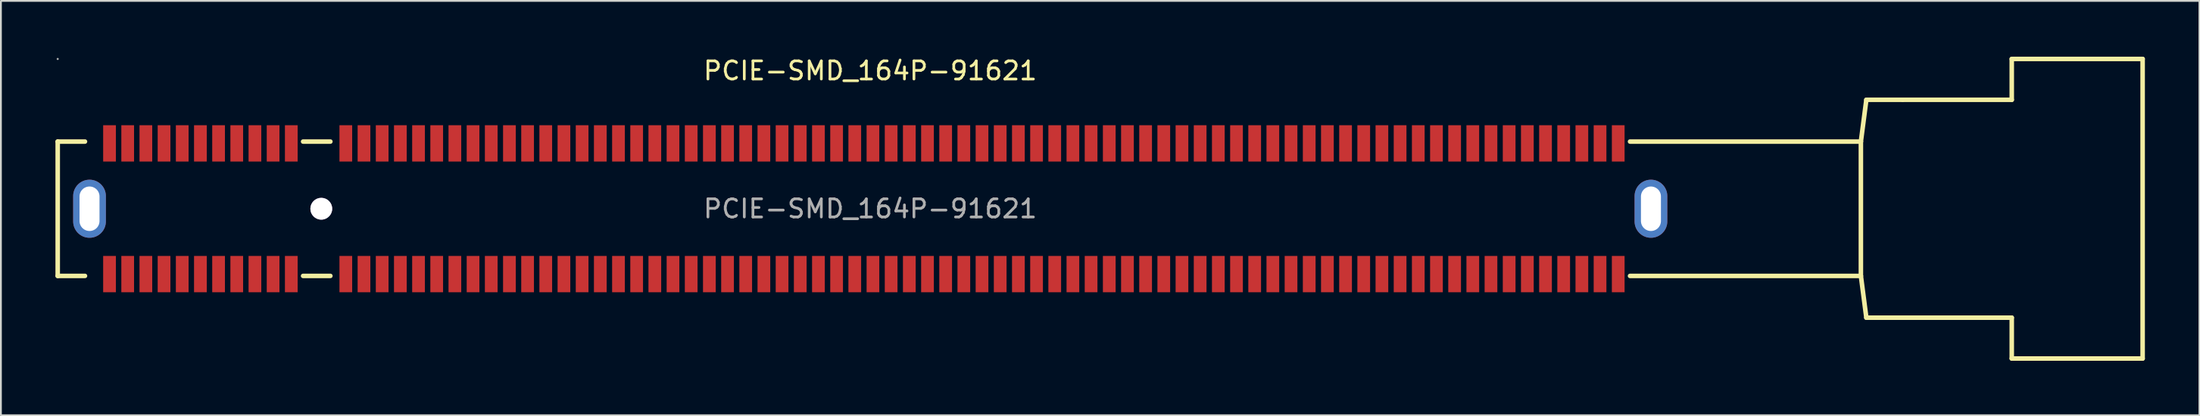
<source format=kicad_pcb>
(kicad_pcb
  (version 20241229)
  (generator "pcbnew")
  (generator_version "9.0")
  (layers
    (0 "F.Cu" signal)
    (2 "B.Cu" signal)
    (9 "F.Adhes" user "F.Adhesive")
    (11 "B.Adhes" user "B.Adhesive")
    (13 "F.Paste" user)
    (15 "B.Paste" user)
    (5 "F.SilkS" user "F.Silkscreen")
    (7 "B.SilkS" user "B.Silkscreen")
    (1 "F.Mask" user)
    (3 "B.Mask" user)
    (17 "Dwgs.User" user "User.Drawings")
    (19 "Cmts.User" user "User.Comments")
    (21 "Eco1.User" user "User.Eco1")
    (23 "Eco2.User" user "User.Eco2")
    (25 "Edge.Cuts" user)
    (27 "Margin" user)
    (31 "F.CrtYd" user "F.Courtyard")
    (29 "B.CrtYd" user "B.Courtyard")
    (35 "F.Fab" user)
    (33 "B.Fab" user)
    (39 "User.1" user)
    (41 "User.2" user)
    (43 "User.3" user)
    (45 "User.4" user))
  (footprint "PCIE-SMD_164P-91621"
    (layer "F.Cu")
    (at 44.825 8.448)
    (property "Reference" "PCIE-SMD_164P-91621" (at 0 -7.6 0) (layer "F.SilkS") (effects (font (size 1 1) (thickness 0.15))))
    (attr smd)
    (fp_line (start -44.7 -3.7) (end -44.7 3.7) (stroke (width 0.25) (type solid)) (layer "F.SilkS"))
    (fp_line (start -44.7 -3.7) (end -43.2 -3.7) (stroke (width 0.25) (type solid)) (layer "F.SilkS"))
    (fp_line (start -44.7 3.7) (end -43.2 3.7) (stroke (width 0.25) (type solid)) (layer "F.SilkS"))
    (fp_line (start -31.2 -3.7) (end -29.7 -3.7) (stroke (width 0.25) (type solid)) (layer "F.SilkS"))
    (fp_line (start -31.2 3.7) (end -29.7 3.7) (stroke (width 0.25) (type solid)) (layer "F.SilkS"))
    (fp_line (start 54.5 -3.7) (end 41.8 -3.7) (stroke (width 0.25) (type solid)) (layer "F.SilkS"))
    (fp_line (start 54.5 -3.7) (end 54.5 3.7) (stroke (width 0.25) (type solid)) (layer "F.SilkS"))
    (fp_line (start 54.5 3.7) (end 41.8 3.7) (stroke (width 0.25) (type solid)) (layer "F.SilkS"))
    (fp_line (start 54.8 -6) (end 54.5 -3.7) (stroke (width 0.25) (type solid)) (layer "F.SilkS"))
    (fp_line (start 54.8 6) (end 54.5 3.7) (stroke (width 0.25) (type solid)) (layer "F.SilkS"))
    (fp_line (start 56.8 -6) (end 54.8 -6) (stroke (width 0.25) (type solid)) (layer "F.SilkS"))
    (fp_line (start 62.8 -8.25) (end 62.8 -6) (stroke (width 0.25) (type solid)) (layer "F.SilkS"))
    (fp_line (start 62.8 -6) (end 56.8 -6) (stroke (width 0.25) (type solid)) (layer "F.SilkS"))
    (fp_line (start 62.8 6) (end 54.8 6) (stroke (width 0.25) (type solid)) (layer "F.SilkS"))
    (fp_line (start 62.8 8.25) (end 62.8 6) (stroke (width 0.25) (type solid)) (layer "F.SilkS"))
    (fp_line (start 70 -8.25) (end 62.8 -8.25) (stroke (width 0.25) (type solid)) (layer "F.SilkS"))
    (fp_line (start 70 -8.25) (end 70 8.25) (stroke (width 0.25) (type solid)) (layer "F.SilkS"))
    (fp_line (start 70 8.25) (end 62.8 8.25) (stroke (width 0.25) (type solid)) (layer "F.SilkS"))
    (fp_circle (center -30.2 0) (end -29.93 0) (stroke (width 0.54) (type solid)) (fill no) (layer "Cmts.User"))
    (fp_circle (center -44.7 -8.25) (end -44.67 -8.25) (stroke (width 0.06) (type solid)) (fill no) (layer "F.Fab"))
    (fp_text user "${REFERENCE}" (at 0 0 0) (layer "F.Fab") (effects (font (size 1 1) (thickness 0.15))))
    (pad "" thru_hole circle (at -30.2 0) (size 1.2 1.2) (drill 1.2) (layers "*.Cu" "*.Mask"))
    (pad "A1" smd rect (at -41.85 -3.6) (size 0.7 2) (layers "F.Cu" "F.Mask" "F.Paste"))
    (pad "A2" smd rect (at -40.85 -3.6) (size 0.7 2) (layers "F.Cu" "F.Mask" "F.Paste"))
    (pad "A3" smd rect (at -39.85 -3.6) (size 0.7 2) (layers "F.Cu" "F.Mask" "F.Paste"))
    (pad "A4" smd rect (at -38.85 -3.6) (size 0.7 2) (layers "F.Cu" "F.Mask" "F.Paste"))
    (pad "A5" smd rect (at -37.85 -3.6) (size 0.7 2) (layers "F.Cu" "F.Mask" "F.Paste"))
    (pad "A6" smd rect (at -36.85 -3.6) (size 0.7 2) (layers "F.Cu" "F.Mask" "F.Paste"))
    (pad "A7" smd rect (at -35.85 -3.6) (size 0.7 2) (layers "F.Cu" "F.Mask" "F.Paste"))
    (pad "A8" smd rect (at -34.85 -3.6) (size 0.7 2) (layers "F.Cu" "F.Mask" "F.Paste"))
    (pad "A9" smd rect (at -33.85 -3.6) (size 0.7 2) (layers "F.Cu" "F.Mask" "F.Paste"))
    (pad "A10" smd rect (at -32.85 -3.6) (size 0.7 2) (layers "F.Cu" "F.Mask" "F.Paste"))
    (pad "A11" smd rect (at -31.85 -3.6) (size 0.7 2) (layers "F.Cu" "F.Mask" "F.Paste"))
    (pad "A12" smd rect (at -28.85 -3.6) (size 0.7 2) (layers "F.Cu" "F.Mask" "F.Paste"))
    (pad "A13" smd rect (at -27.85 -3.6) (size 0.7 2) (layers "F.Cu" "F.Mask" "F.Paste"))
    (pad "A14" smd rect (at -26.85 -3.6) (size 0.7 2) (layers "F.Cu" "F.Mask" "F.Paste"))
    (pad "A15" smd rect (at -25.85 -3.6) (size 0.7 2) (layers "F.Cu" "F.Mask" "F.Paste"))
    (pad "A16" smd rect (at -24.85 -3.6) (size 0.7 2) (layers "F.Cu" "F.Mask" "F.Paste"))
    (pad "A17" smd rect (at -23.85 -3.6) (size 0.7 2) (layers "F.Cu" "F.Mask" "F.Paste"))
    (pad "A18" smd rect (at -22.85 -3.6) (size 0.7 2) (layers "F.Cu" "F.Mask" "F.Paste"))
    (pad "A19" smd rect (at -21.85 -3.6) (size 0.7 2) (layers "F.Cu" "F.Mask" "F.Paste"))
    (pad "A20" smd rect (at -20.85 -3.6) (size 0.7 2) (layers "F.Cu" "F.Mask" "F.Paste"))
    (pad "A21" smd rect (at -19.85 -3.6) (size 0.7 2) (layers "F.Cu" "F.Mask" "F.Paste"))
    (pad "A22" smd rect (at -18.85 -3.6) (size 0.7 2) (layers "F.Cu" "F.Mask" "F.Paste"))
    (pad "A23" smd rect (at -17.85 -3.6) (size 0.7 2) (layers "F.Cu" "F.Mask" "F.Paste"))
    (pad "A24" smd rect (at -16.85 -3.6) (size 0.7 2) (layers "F.Cu" "F.Mask" "F.Paste"))
    (pad "A25" smd rect (at -15.85 -3.6) (size 0.7 2) (layers "F.Cu" "F.Mask" "F.Paste"))
    (pad "A26" smd rect (at -14.85 -3.6) (size 0.7 2) (layers "F.Cu" "F.Mask" "F.Paste"))
    (pad "A27" smd rect (at -13.85 -3.6) (size 0.7 2) (layers "F.Cu" "F.Mask" "F.Paste"))
    (pad "A28" smd rect (at -12.85 -3.6) (size 0.7 2) (layers "F.Cu" "F.Mask" "F.Paste"))
    (pad "A29" smd rect (at -11.85 -3.6) (size 0.7 2) (layers "F.Cu" "F.Mask" "F.Paste"))
    (pad "A30" smd rect (at -10.85 -3.6) (size 0.7 2) (layers "F.Cu" "F.Mask" "F.Paste"))
    (pad "A31" smd rect (at -9.85 -3.6) (size 0.7 2) (layers "F.Cu" "F.Mask" "F.Paste"))
    (pad "A32" smd rect (at -8.85 -3.6) (size 0.7 2) (layers "F.Cu" "F.Mask" "F.Paste"))
    (pad "A33" smd rect (at -7.85 -3.6) (size 0.7 2) (layers "F.Cu" "F.Mask" "F.Paste"))
    (pad "A34" smd rect (at -6.85 -3.6) (size 0.7 2) (layers "F.Cu" "F.Mask" "F.Paste"))
    (pad "A35" smd rect (at -5.85 -3.6) (size 0.7 2) (layers "F.Cu" "F.Mask" "F.Paste"))
    (pad "A36" smd rect (at -4.85 -3.6) (size 0.7 2) (layers "F.Cu" "F.Mask" "F.Paste"))
    (pad "A37" smd rect (at -3.85 -3.6) (size 0.7 2) (layers "F.Cu" "F.Mask" "F.Paste"))
    (pad "A38" smd rect (at -2.85 -3.6) (size 0.7 2) (layers "F.Cu" "F.Mask" "F.Paste"))
    (pad "A39" smd rect (at -1.85 -3.6) (size 0.7 2) (layers "F.Cu" "F.Mask" "F.Paste"))
    (pad "A40" smd rect (at -0.85 -3.6) (size 0.7 2) (layers "F.Cu" "F.Mask" "F.Paste"))
    (pad "A41" smd rect (at 0.15 -3.6) (size 0.7 2) (layers "F.Cu" "F.Mask" "F.Paste"))
    (pad "A42" smd rect (at 1.15 -3.6) (size 0.7 2) (layers "F.Cu" "F.Mask" "F.Paste"))
    (pad "A43" smd rect (at 2.15 -3.6) (size 0.7 2) (layers "F.Cu" "F.Mask" "F.Paste"))
    (pad "A44" smd rect (at 3.15 -3.6) (size 0.7 2) (layers "F.Cu" "F.Mask" "F.Paste"))
    (pad "A45" smd rect (at 4.15 -3.6) (size 0.7 2) (layers "F.Cu" "F.Mask" "F.Paste"))
    (pad "A46" smd rect (at 5.15 -3.6) (size 0.7 2) (layers "F.Cu" "F.Mask" "F.Paste"))
    (pad "A47" smd rect (at 6.15 -3.6) (size 0.7 2) (layers "F.Cu" "F.Mask" "F.Paste"))
    (pad "A48" smd rect (at 7.15 -3.6) (size 0.7 2) (layers "F.Cu" "F.Mask" "F.Paste"))
    (pad "A49" smd rect (at 8.15 -3.6) (size 0.7 2) (layers "F.Cu" "F.Mask" "F.Paste"))
    (pad "A50" smd rect (at 9.15 -3.6) (size 0.7 2) (layers "F.Cu" "F.Mask" "F.Paste"))
    (pad "A51" smd rect (at 10.15 -3.6) (size 0.7 2) (layers "F.Cu" "F.Mask" "F.Paste"))
    (pad "A52" smd rect (at 11.15 -3.6) (size 0.7 2) (layers "F.Cu" "F.Mask" "F.Paste"))
    (pad "A53" smd rect (at 12.15 -3.6) (size 0.7 2) (layers "F.Cu" "F.Mask" "F.Paste"))
    (pad "A54" smd rect (at 13.15 -3.6) (size 0.7 2) (layers "F.Cu" "F.Mask" "F.Paste"))
    (pad "A55" smd rect (at 14.15 -3.6) (size 0.7 2) (layers "F.Cu" "F.Mask" "F.Paste"))
    (pad "A56" smd rect (at 15.15 -3.6) (size 0.7 2) (layers "F.Cu" "F.Mask" "F.Paste"))
    (pad "A57" smd rect (at 16.15 -3.6) (size 0.7 2) (layers "F.Cu" "F.Mask" "F.Paste"))
    (pad "A58" smd rect (at 17.15 -3.6) (size 0.7 2) (layers "F.Cu" "F.Mask" "F.Paste"))
    (pad "A59" smd rect (at 18.15 -3.6) (size 0.7 2) (layers "F.Cu" "F.Mask" "F.Paste"))
    (pad "A60" smd rect (at 19.15 -3.6) (size 0.7 2) (layers "F.Cu" "F.Mask" "F.Paste"))
    (pad "A61" smd rect (at 20.15 -3.6) (size 0.7 2) (layers "F.Cu" "F.Mask" "F.Paste"))
    (pad "A62" smd rect (at 21.15 -3.6) (size 0.7 2) (layers "F.Cu" "F.Mask" "F.Paste"))
    (pad "A63" smd rect (at 22.15 -3.6) (size 0.7 2) (layers "F.Cu" "F.Mask" "F.Paste"))
    (pad "A64" smd rect (at 23.15 -3.6) (size 0.7 2) (layers "F.Cu" "F.Mask" "F.Paste"))
    (pad "A65" smd rect (at 24.15 -3.6) (size 0.7 2) (layers "F.Cu" "F.Mask" "F.Paste"))
    (pad "A66" smd rect (at 25.15 -3.6) (size 0.7 2) (layers "F.Cu" "F.Mask" "F.Paste"))
    (pad "A67" smd rect (at 26.15 -3.6) (size 0.7 2) (layers "F.Cu" "F.Mask" "F.Paste"))
    (pad "A68" smd rect (at 27.15 -3.6) (size 0.7 2) (layers "F.Cu" "F.Mask" "F.Paste"))
    (pad "A69" smd rect (at 28.15 -3.6) (size 0.7 2) (layers "F.Cu" "F.Mask" "F.Paste"))
    (pad "A70" smd rect (at 29.15 -3.6) (size 0.7 2) (layers "F.Cu" "F.Mask" "F.Paste"))
    (pad "A71" smd rect (at 30.15 -3.6) (size 0.7 2) (layers "F.Cu" "F.Mask" "F.Paste"))
    (pad "A72" smd rect (at 31.15 -3.6) (size 0.7 2) (layers "F.Cu" "F.Mask" "F.Paste"))
    (pad "A73" smd rect (at 32.15 -3.6) (size 0.7 2) (layers "F.Cu" "F.Mask" "F.Paste"))
    (pad "A74" smd rect (at 33.15 -3.6) (size 0.7 2) (layers "F.Cu" "F.Mask" "F.Paste"))
    (pad "A75" smd rect (at 34.15 -3.6) (size 0.7 2) (layers "F.Cu" "F.Mask" "F.Paste"))
    (pad "A76" smd rect (at 35.15 -3.6) (size 0.7 2) (layers "F.Cu" "F.Mask" "F.Paste"))
    (pad "A77" smd rect (at 36.15 -3.6) (size 0.7 2) (layers "F.Cu" "F.Mask" "F.Paste"))
    (pad "A78" smd rect (at 37.15 -3.6) (size 0.7 2) (layers "F.Cu" "F.Mask" "F.Paste"))
    (pad "A79" smd rect (at 38.15 -3.6) (size 0.7 2) (layers "F.Cu" "F.Mask" "F.Paste"))
    (pad "A80" smd rect (at 39.15 -3.6) (size 0.7 2) (layers "F.Cu" "F.Mask" "F.Paste"))
    (pad "A81" smd rect (at 40.15 -3.6) (size 0.7 2) (layers "F.Cu" "F.Mask" "F.Paste"))
    (pad "A82" smd rect (at 41.15 -3.6) (size 0.7 2) (layers "F.Cu" "F.Mask" "F.Paste"))
    (pad "B1" smd rect (at -41.85 3.6) (size 0.7 2) (layers "F.Cu" "F.Mask" "F.Paste"))
    (pad "B2" smd rect (at -40.85 3.6) (size 0.7 2) (layers "F.Cu" "F.Mask" "F.Paste"))
    (pad "B3" smd rect (at -39.85 3.6) (size 0.7 2) (layers "F.Cu" "F.Mask" "F.Paste"))
    (pad "B4" smd rect (at -38.85 3.6) (size 0.7 2) (layers "F.Cu" "F.Mask" "F.Paste"))
    (pad "B5" smd rect (at -37.85 3.6) (size 0.7 2) (layers "F.Cu" "F.Mask" "F.Paste"))
    (pad "B6" smd rect (at -36.85 3.6) (size 0.7 2) (layers "F.Cu" "F.Mask" "F.Paste"))
    (pad "B7" smd rect (at -35.85 3.6) (size 0.7 2) (layers "F.Cu" "F.Mask" "F.Paste"))
    (pad "B8" smd rect (at -34.85 3.6) (size 0.7 2) (layers "F.Cu" "F.Mask" "F.Paste"))
    (pad "B9" smd rect (at -33.85 3.6) (size 0.7 2) (layers "F.Cu" "F.Mask" "F.Paste"))
    (pad "B10" smd rect (at -32.85 3.6) (size 0.7 2) (layers "F.Cu" "F.Mask" "F.Paste"))
    (pad "B11" smd rect (at -31.85 3.6) (size 0.7 2) (layers "F.Cu" "F.Mask" "F.Paste"))
    (pad "B12" smd rect (at -28.85 3.6) (size 0.7 2) (layers "F.Cu" "F.Mask" "F.Paste"))
    (pad "B13" smd rect (at -27.85 3.6) (size 0.7 2) (layers "F.Cu" "F.Mask" "F.Paste"))
    (pad "B14" smd rect (at -26.85 3.6) (size 0.7 2) (layers "F.Cu" "F.Mask" "F.Paste"))
    (pad "B15" smd rect (at -25.85 3.6) (size 0.7 2) (layers "F.Cu" "F.Mask" "F.Paste"))
    (pad "B16" smd rect (at -24.85 3.6) (size 0.7 2) (layers "F.Cu" "F.Mask" "F.Paste"))
    (pad "B17" smd rect (at -23.85 3.6) (size 0.7 2) (layers "F.Cu" "F.Mask" "F.Paste"))
    (pad "B18" smd rect (at -22.85 3.6) (size 0.7 2) (layers "F.Cu" "F.Mask" "F.Paste"))
    (pad "B19" smd rect (at -21.85 3.6) (size 0.7 2) (layers "F.Cu" "F.Mask" "F.Paste"))
    (pad "B20" smd rect (at -20.85 3.6) (size 0.7 2) (layers "F.Cu" "F.Mask" "F.Paste"))
    (pad "B21" smd rect (at -19.85 3.6) (size 0.7 2) (layers "F.Cu" "F.Mask" "F.Paste"))
    (pad "B22" smd rect (at -18.85 3.6) (size 0.7 2) (layers "F.Cu" "F.Mask" "F.Paste"))
    (pad "B23" smd rect (at -17.85 3.6) (size 0.7 2) (layers "F.Cu" "F.Mask" "F.Paste"))
    (pad "B24" smd rect (at -16.85 3.6) (size 0.7 2) (layers "F.Cu" "F.Mask" "F.Paste"))
    (pad "B25" smd rect (at -15.85 3.6) (size 0.7 2) (layers "F.Cu" "F.Mask" "F.Paste"))
    (pad "B26" smd rect (at -14.85 3.6) (size 0.7 2) (layers "F.Cu" "F.Mask" "F.Paste"))
    (pad "B27" smd rect (at -13.85 3.6) (size 0.7 2) (layers "F.Cu" "F.Mask" "F.Paste"))
    (pad "B28" smd rect (at -12.85 3.6) (size 0.7 2) (layers "F.Cu" "F.Mask" "F.Paste"))
    (pad "B29" smd rect (at -11.85 3.6) (size 0.7 2) (layers "F.Cu" "F.Mask" "F.Paste"))
    (pad "B30" smd rect (at -10.85 3.6) (size 0.7 2) (layers "F.Cu" "F.Mask" "F.Paste"))
    (pad "B31" smd rect (at -9.85 3.6) (size 0.7 2) (layers "F.Cu" "F.Mask" "F.Paste"))
    (pad "B32" smd rect (at -8.85 3.6) (size 0.7 2) (layers "F.Cu" "F.Mask" "F.Paste"))
    (pad "B33" smd rect (at -7.85 3.6) (size 0.7 2) (layers "F.Cu" "F.Mask" "F.Paste"))
    (pad "B34" smd rect (at -6.85 3.6) (size 0.7 2) (layers "F.Cu" "F.Mask" "F.Paste"))
    (pad "B35" smd rect (at -5.85 3.6) (size 0.7 2) (layers "F.Cu" "F.Mask" "F.Paste"))
    (pad "B36" smd rect (at -4.85 3.6) (size 0.7 2) (layers "F.Cu" "F.Mask" "F.Paste"))
    (pad "B37" smd rect (at -3.85 3.6) (size 0.7 2) (layers "F.Cu" "F.Mask" "F.Paste"))
    (pad "B38" smd rect (at -2.85 3.6) (size 0.7 2) (layers "F.Cu" "F.Mask" "F.Paste"))
    (pad "B39" smd rect (at -1.85 3.6) (size 0.7 2) (layers "F.Cu" "F.Mask" "F.Paste"))
    (pad "B40" smd rect (at -0.85 3.6) (size 0.7 2) (layers "F.Cu" "F.Mask" "F.Paste"))
    (pad "B41" smd rect (at 0.15 3.6) (size 0.7 2) (layers "F.Cu" "F.Mask" "F.Paste"))
    (pad "B42" smd rect (at 1.15 3.6) (size 0.7 2) (layers "F.Cu" "F.Mask" "F.Paste"))
    (pad "B43" smd rect (at 2.15 3.6) (size 0.7 2) (layers "F.Cu" "F.Mask" "F.Paste"))
    (pad "B44" smd rect (at 3.15 3.6) (size 0.7 2) (layers "F.Cu" "F.Mask" "F.Paste"))
    (pad "B45" smd rect (at 4.15 3.6) (size 0.7 2) (layers "F.Cu" "F.Mask" "F.Paste"))
    (pad "B46" smd rect (at 5.15 3.6) (size 0.7 2) (layers "F.Cu" "F.Mask" "F.Paste"))
    (pad "B47" smd rect (at 6.15 3.6) (size 0.7 2) (layers "F.Cu" "F.Mask" "F.Paste"))
    (pad "B48" smd rect (at 7.15 3.6) (size 0.7 2) (layers "F.Cu" "F.Mask" "F.Paste"))
    (pad "B49" smd rect (at 8.15 3.6) (size 0.7 2) (layers "F.Cu" "F.Mask" "F.Paste"))
    (pad "B50" smd rect (at 9.15 3.6) (size 0.7 2) (layers "F.Cu" "F.Mask" "F.Paste"))
    (pad "B51" smd rect (at 10.15 3.6) (size 0.7 2) (layers "F.Cu" "F.Mask" "F.Paste"))
    (pad "B52" smd rect (at 11.15 3.6) (size 0.7 2) (layers "F.Cu" "F.Mask" "F.Paste"))
    (pad "B53" smd rect (at 12.15 3.6) (size 0.7 2) (layers "F.Cu" "F.Mask" "F.Paste"))
    (pad "B54" smd rect (at 13.15 3.6) (size 0.7 2) (layers "F.Cu" "F.Mask" "F.Paste"))
    (pad "B55" smd rect (at 14.15 3.6) (size 0.7 2) (layers "F.Cu" "F.Mask" "F.Paste"))
    (pad "B56" smd rect (at 15.15 3.6) (size 0.7 2) (layers "F.Cu" "F.Mask" "F.Paste"))
    (pad "B57" smd rect (at 16.15 3.6) (size 0.7 2) (layers "F.Cu" "F.Mask" "F.Paste"))
    (pad "B58" smd rect (at 17.15 3.6) (size 0.7 2) (layers "F.Cu" "F.Mask" "F.Paste"))
    (pad "B59" smd rect (at 18.15 3.6) (size 0.7 2) (layers "F.Cu" "F.Mask" "F.Paste"))
    (pad "B60" smd rect (at 19.15 3.6) (size 0.7 2) (layers "F.Cu" "F.Mask" "F.Paste"))
    (pad "B61" smd rect (at 20.15 3.6) (size 0.7 2) (layers "F.Cu" "F.Mask" "F.Paste"))
    (pad "B62" smd rect (at 21.15 3.6) (size 0.7 2) (layers "F.Cu" "F.Mask" "F.Paste"))
    (pad "B63" smd rect (at 22.15 3.6) (size 0.7 2) (layers "F.Cu" "F.Mask" "F.Paste"))
    (pad "B64" smd rect (at 23.15 3.6) (size 0.7 2) (layers "F.Cu" "F.Mask" "F.Paste"))
    (pad "B65" smd rect (at 24.15 3.6) (size 0.7 2) (layers "F.Cu" "F.Mask" "F.Paste"))
    (pad "B66" smd rect (at 25.15 3.6) (size 0.7 2) (layers "F.Cu" "F.Mask" "F.Paste"))
    (pad "B67" smd rect (at 26.15 3.6) (size 0.7 2) (layers "F.Cu" "F.Mask" "F.Paste"))
    (pad "B68" smd rect (at 27.15 3.6) (size 0.7 2) (layers "F.Cu" "F.Mask" "F.Paste"))
    (pad "B69" smd rect (at 28.15 3.6) (size 0.7 2) (layers "F.Cu" "F.Mask" "F.Paste"))
    (pad "B70" smd rect (at 29.15 3.6) (size 0.7 2) (layers "F.Cu" "F.Mask" "F.Paste"))
    (pad "B71" smd rect (at 30.15 3.6) (size 0.7 2) (layers "F.Cu" "F.Mask" "F.Paste"))
    (pad "B72" smd rect (at 31.15 3.6) (size 0.7 2) (layers "F.Cu" "F.Mask" "F.Paste"))
    (pad "B73" smd rect (at 32.15 3.6) (size 0.7 2) (layers "F.Cu" "F.Mask" "F.Paste"))
    (pad "B74" smd rect (at 33.15 3.6) (size 0.7 2) (layers "F.Cu" "F.Mask" "F.Paste"))
    (pad "B75" smd rect (at 34.15 3.6) (size 0.7 2) (layers "F.Cu" "F.Mask" "F.Paste"))
    (pad "B76" smd rect (at 35.15 3.6) (size 0.7 2) (layers "F.Cu" "F.Mask" "F.Paste"))
    (pad "B77" smd rect (at 36.15 3.6) (size 0.7 2) (layers "F.Cu" "F.Mask" "F.Paste"))
    (pad "B78" smd rect (at 37.15 3.6) (size 0.7 2) (layers "F.Cu" "F.Mask" "F.Paste"))
    (pad "B79" smd rect (at 38.15 3.6) (size 0.7 2) (layers "F.Cu" "F.Mask" "F.Paste"))
    (pad "B80" smd rect (at 39.15 3.6) (size 0.7 2) (layers "F.Cu" "F.Mask" "F.Paste"))
    (pad "B81" smd rect (at 40.15 3.6) (size 0.7 2) (layers "F.Cu" "F.Mask" "F.Paste"))
    (pad "B82" smd rect (at 41.15 3.6) (size 0.7 2) (layers "F.Cu" "F.Mask" "F.Paste"))
    (pad "H1" thru_hole oval (at 42.95 0) (size 1.8 3.2) (drill oval 1.1 2.45) (layers "*.Cu" "*.Mask"))
    (pad "H2" thru_hole oval (at -42.95 0) (size 1.8 3.2) (drill oval 1.1 2.45) (layers "*.Cu" "*.Mask")))
  (gr_rect
    (start -3 -3)
    (end 117.95 19.823)
    (stroke (width 0.1) (type default))
    (fill no)
    (layer "Edge.Cuts")))
</source>
